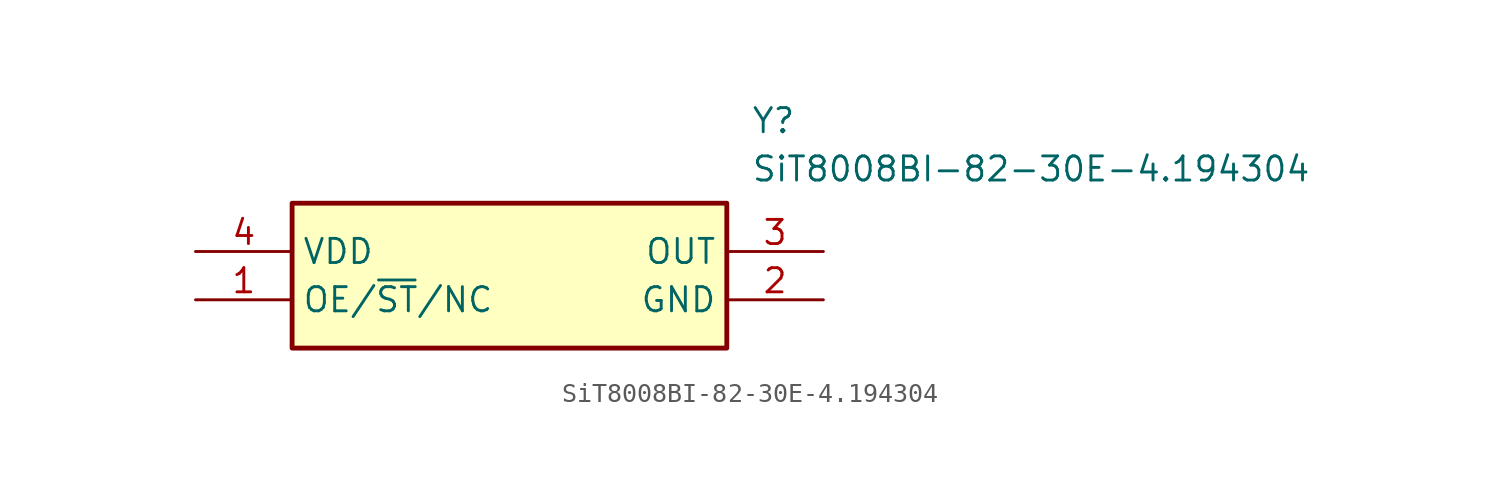
<source format=kicad_sym>
(kicad_symbol_lib
  (version 20211014)
  (generator SamacSys_ECAD_Model)
  (symbol "SiT8008BI-82-30E-4.194304"
    (property "Reference" "Y"
      (at 29.21 7.62 0)
      (effects (font (size 1.27 1.27)) (justify left top)))
    (property "Value" "SiT8008BI-82-30E-4.194304"
      (at 29.21 5.08 0)
      (effects (font (size 1.27 1.27)) (justify left top)))
    (rectangle
      (start 5.08 2.54)
      (end 27.94 -5.08)
      (stroke (width 0.254) (type default))
      (fill (type background)))
    (pin passive line
      (at 0 -2.54 0)
      (length 5.08)
      (name "OE/~{ST}/NC" (effects (font (size 1.27 1.27))))
      (number "1" (effects (font (size 1.27 1.27)))))
    (pin passive line
      (at 33.02 -2.54 180)
      (length 5.08)
      (name "GND" (effects (font (size 1.27 1.27))))
      (number "2" (effects (font (size 1.27 1.27)))))
    (pin passive line
      (at 33.02 0 180)
      (length 5.08)
      (name "OUT" (effects (font (size 1.27 1.27))))
      (number "3" (effects (font (size 1.27 1.27)))))
    (pin passive line
      (at 0 0 0)
      (length 5.08)
      (name "VDD" (effects (font (size 1.27 1.27))))
      (number "4" (effects (font (size 1.27 1.27)))))))
</source>
